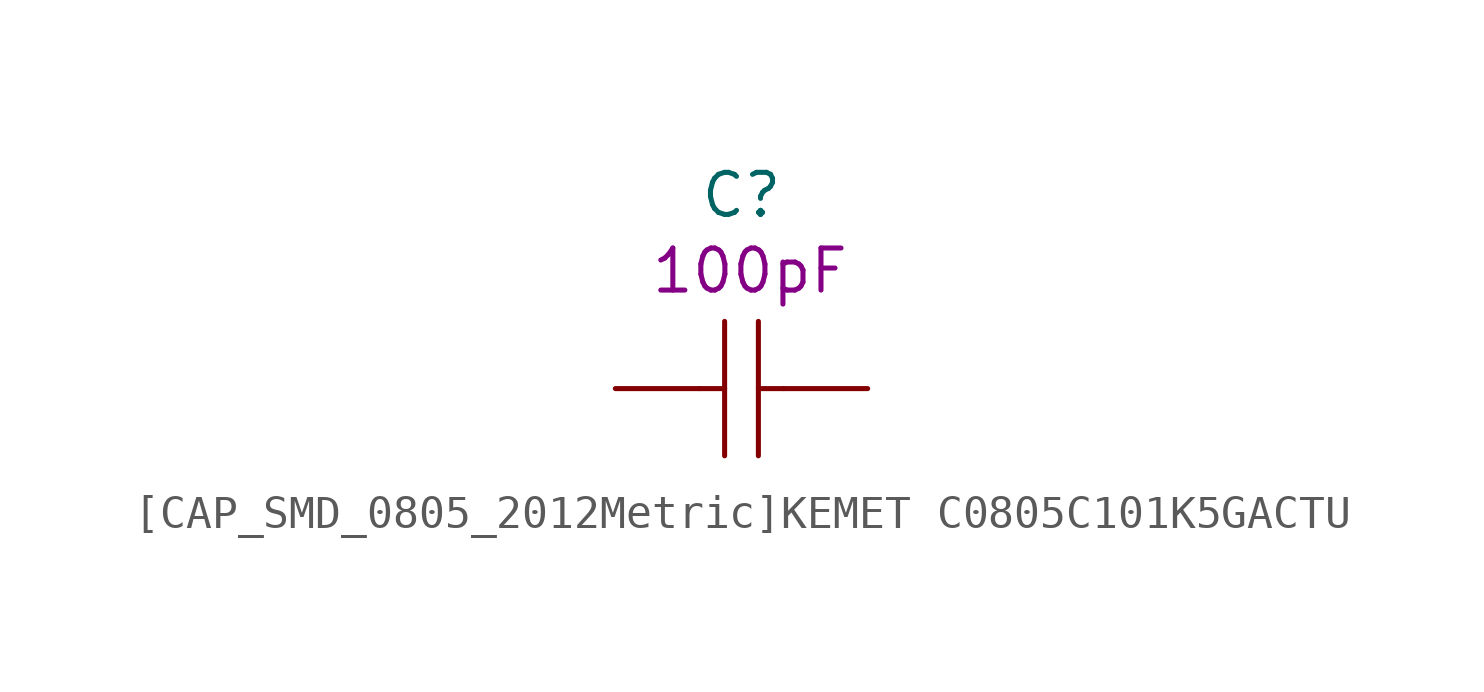
<source format=kicad_sym>
(kicad_symbol_lib
  (version 20231120)
  (generator "kicad_symbol_editor")
  (generator_version "8.0")
  (symbol "[CAP_SMD_0805_2012Metric]KEMET C0805C101K5GACTU"
    (pin_numbers hide)
    (pin_names
      (offset 0.002))
    (property "Reference" "C"
      (at 0 5.842 0)
      (effects (font (size 1.27 1.27))))
    (property "Nvalue" "100pF"
      (at 0.254 3.556 0)
      (effects (font (size 1.27 1.27))))
    (symbol "[CAP_SMD_0805_2012Metric]KEMET C0805C101K5GACTU_0_1"
      (polyline (pts (xy -1.27 0) (xy -0.51 0)) (stroke (width 0) (type default)) (fill (type none)))
      (polyline (pts (xy -0.51 2.03) (xy -0.51 -2.03)) (stroke (width 0) (type default)) (fill (type none)))
      (polyline (pts (xy 0.51 0) (xy 1.27 0)) (stroke (width 0) (type default)) (fill (type none)))
      (polyline (pts (xy 0.51 2.03) (xy 0.51 -2.03)) (stroke (width 0) (type default)) (fill (type none))))
    (symbol "[CAP_SMD_0805_2012Metric]KEMET C0805C101K5GACTU_1_1"
      (pin passive line (at -3.81 0 0) (length 2.54) (name "~" (effects (font (size 1.27 1.27)))) (number "1" (effects (font (size 1.27 1.27)))))
      (pin passive line (at 3.81 0 180) (length 2.54) (name "~" (effects (font (size 1.27 1.27)))) (number "2" (effects (font (size 1.27 1.27))))))))
</source>
